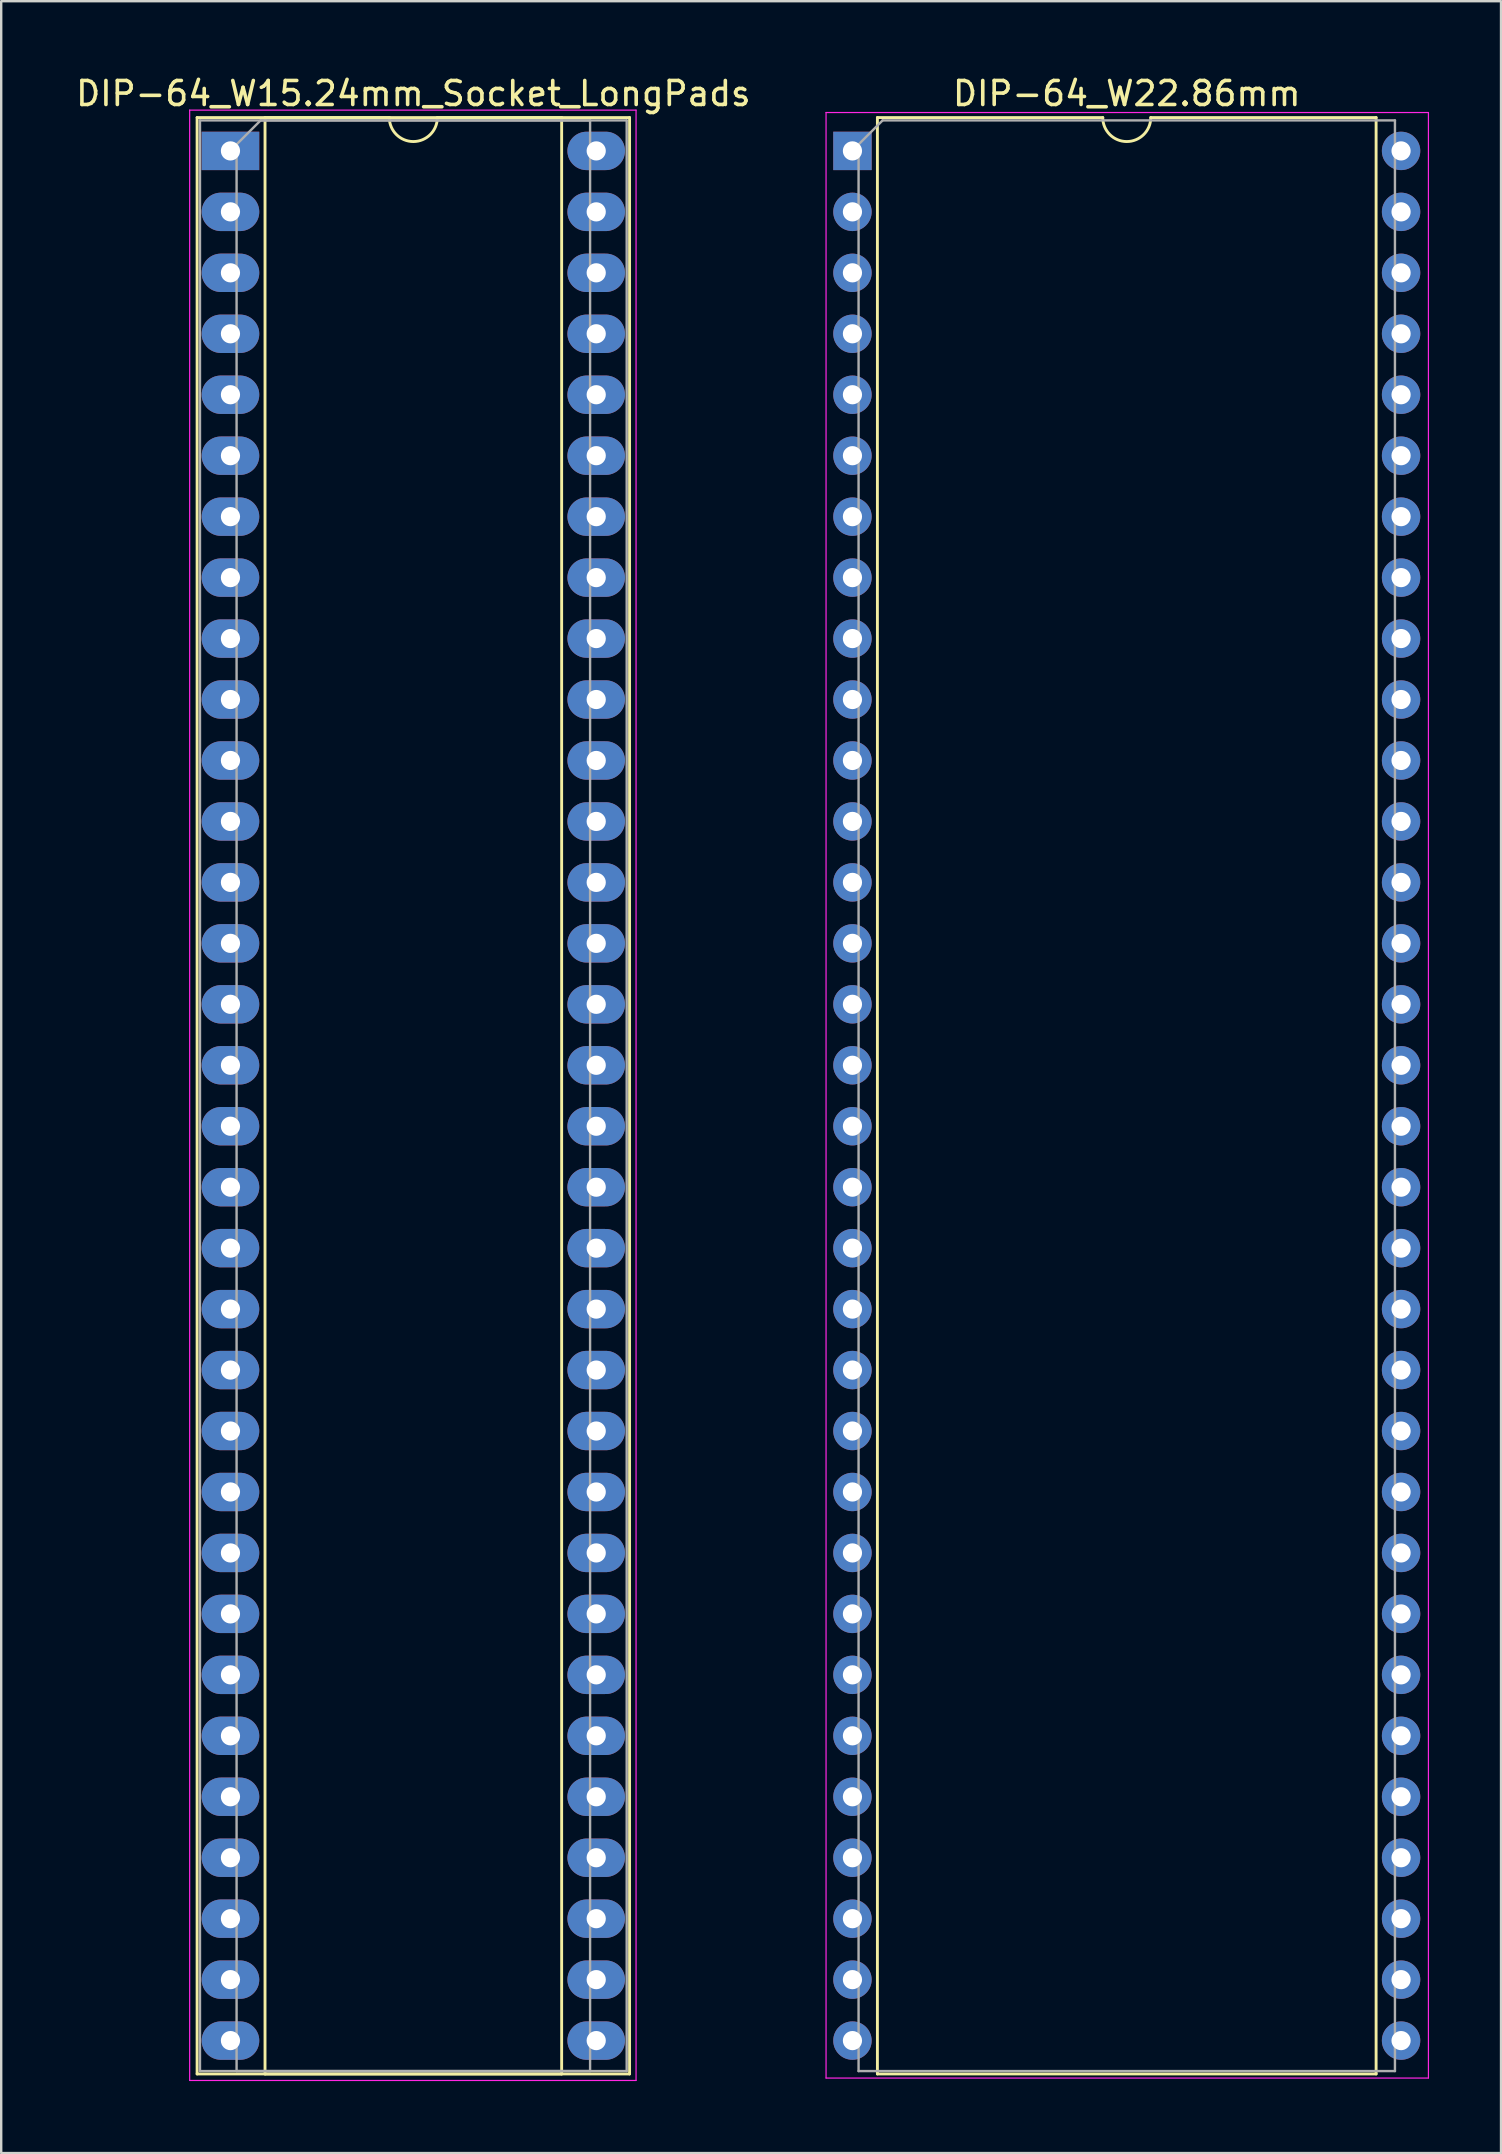
<source format=kicad_pcb>
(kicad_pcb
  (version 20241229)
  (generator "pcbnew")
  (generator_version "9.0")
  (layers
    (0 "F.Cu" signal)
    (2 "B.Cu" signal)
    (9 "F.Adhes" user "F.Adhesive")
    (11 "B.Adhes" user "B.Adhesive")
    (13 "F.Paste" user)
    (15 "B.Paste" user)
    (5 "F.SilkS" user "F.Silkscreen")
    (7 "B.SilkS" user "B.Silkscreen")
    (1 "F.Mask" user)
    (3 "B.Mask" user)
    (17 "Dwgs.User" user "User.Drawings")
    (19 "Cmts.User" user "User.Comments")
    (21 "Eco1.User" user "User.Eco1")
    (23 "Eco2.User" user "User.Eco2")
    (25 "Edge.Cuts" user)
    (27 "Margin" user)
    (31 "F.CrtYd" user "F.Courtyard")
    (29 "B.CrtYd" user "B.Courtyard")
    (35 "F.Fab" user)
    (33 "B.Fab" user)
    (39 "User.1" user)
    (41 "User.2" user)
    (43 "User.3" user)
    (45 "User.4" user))
  (footprint "DIP-64_W15.24mm_Socket_LongPads"
    (layer "F.Cu")
    (at 6.553 3.238)
    (property "Reference" "DIP-64_W15.24mm_Socket_LongPads" (at 7.62 -2.39 0) (layer "F.SilkS") (effects (font (size 1 1) (thickness 0.15))))
    (attr through_hole)
    (fp_line (start -1.39 -1.39) (end -1.39 80.13) (stroke (width 0.12) (type solid)) (layer "F.SilkS"))
    (fp_line (start -1.39 80.13) (end 16.63 80.13) (stroke (width 0.12) (type solid)) (layer "F.SilkS"))
    (fp_line (start 1.44 -1.39) (end 1.44 80.13) (stroke (width 0.12) (type solid)) (layer "F.SilkS"))
    (fp_line (start 1.44 80.13) (end 13.8 80.13) (stroke (width 0.12) (type solid)) (layer "F.SilkS"))
    (fp_line (start 6.62 -1.39) (end 1.44 -1.39) (stroke (width 0.12) (type solid)) (layer "F.SilkS"))
    (fp_line (start 13.8 -1.39) (end 8.62 -1.39) (stroke (width 0.12) (type solid)) (layer "F.SilkS"))
    (fp_line (start 13.8 80.13) (end 13.8 -1.39) (stroke (width 0.12) (type solid)) (layer "F.SilkS"))
    (fp_line (start 16.63 -1.39) (end -1.39 -1.39) (stroke (width 0.12) (type solid)) (layer "F.SilkS"))
    (fp_line (start 16.63 80.13) (end 16.63 -1.39) (stroke (width 0.12) (type solid)) (layer "F.SilkS"))
    (fp_arc (start 8.62 -1.39) (mid 7.62 -0.39) (end 6.62 -1.39) (stroke (width 0.12) (type solid)) (layer "F.SilkS"))
    (fp_line (start -1.7 -1.7) (end -1.7 80.4) (stroke (width 0.05) (type solid)) (layer "F.CrtYd"))
    (fp_line (start -1.7 80.4) (end 16.9 80.4) (stroke (width 0.05) (type solid)) (layer "F.CrtYd"))
    (fp_line (start 16.9 -1.7) (end -1.7 -1.7) (stroke (width 0.05) (type solid)) (layer "F.CrtYd"))
    (fp_line (start 16.9 80.4) (end 16.9 -1.7) (stroke (width 0.05) (type solid)) (layer "F.CrtYd"))
    (fp_line (start -1.27 -1.27) (end -1.27 80.01) (stroke (width 0.1) (type solid)) (layer "F.Fab"))
    (fp_line (start -1.27 80.01) (end 16.51 80.01) (stroke (width 0.1) (type solid)) (layer "F.Fab"))
    (fp_line (start 0.255 -0.27) (end 1.255 -1.27) (stroke (width 0.1) (type solid)) (layer "F.Fab"))
    (fp_line (start 0.255 80.01) (end 0.255 -0.27) (stroke (width 0.1) (type solid)) (layer "F.Fab"))
    (fp_line (start 1.255 -1.27) (end 14.985 -1.27) (stroke (width 0.1) (type solid)) (layer "F.Fab"))
    (fp_line (start 14.985 -1.27) (end 14.985 80.01) (stroke (width 0.1) (type solid)) (layer "F.Fab"))
    (fp_line (start 14.985 80.01) (end 0.255 80.01) (stroke (width 0.1) (type solid)) (layer "F.Fab"))
    (fp_line (start 16.51 -1.27) (end -1.27 -1.27) (stroke (width 0.1) (type solid)) (layer "F.Fab"))
    (fp_line (start 16.51 80.01) (end 16.51 -1.27) (stroke (width 0.1) (type solid)) (layer "F.Fab"))
    (pad "1" thru_hole rect (at 0 0) (size 2.4 1.6) (drill 0.8) (layers "*.Cu" "*.Mask"))
    (pad "2" thru_hole oval (at 0 2.54) (size 2.4 1.6) (drill 0.8) (layers "*.Cu" "*.Mask"))
    (pad "3" thru_hole oval (at 0 5.08) (size 2.4 1.6) (drill 0.8) (layers "*.Cu" "*.Mask"))
    (pad "4" thru_hole oval (at 0 7.62) (size 2.4 1.6) (drill 0.8) (layers "*.Cu" "*.Mask"))
    (pad "5" thru_hole oval (at 0 10.16) (size 2.4 1.6) (drill 0.8) (layers "*.Cu" "*.Mask"))
    (pad "6" thru_hole oval (at 0 12.7) (size 2.4 1.6) (drill 0.8) (layers "*.Cu" "*.Mask"))
    (pad "7" thru_hole oval (at 0 15.24) (size 2.4 1.6) (drill 0.8) (layers "*.Cu" "*.Mask"))
    (pad "8" thru_hole oval (at 0 17.78) (size 2.4 1.6) (drill 0.8) (layers "*.Cu" "*.Mask"))
    (pad "9" thru_hole oval (at 0 20.32) (size 2.4 1.6) (drill 0.8) (layers "*.Cu" "*.Mask"))
    (pad "10" thru_hole oval (at 0 22.86) (size 2.4 1.6) (drill 0.8) (layers "*.Cu" "*.Mask"))
    (pad "11" thru_hole oval (at 0 25.4) (size 2.4 1.6) (drill 0.8) (layers "*.Cu" "*.Mask"))
    (pad "12" thru_hole oval (at 0 27.94) (size 2.4 1.6) (drill 0.8) (layers "*.Cu" "*.Mask"))
    (pad "13" thru_hole oval (at 0 30.48) (size 2.4 1.6) (drill 0.8) (layers "*.Cu" "*.Mask"))
    (pad "14" thru_hole oval (at 0 33.02) (size 2.4 1.6) (drill 0.8) (layers "*.Cu" "*.Mask"))
    (pad "15" thru_hole oval (at 0 35.56) (size 2.4 1.6) (drill 0.8) (layers "*.Cu" "*.Mask"))
    (pad "16" thru_hole oval (at 0 38.1) (size 2.4 1.6) (drill 0.8) (layers "*.Cu" "*.Mask"))
    (pad "17" thru_hole oval (at 0 40.64) (size 2.4 1.6) (drill 0.8) (layers "*.Cu" "*.Mask"))
    (pad "18" thru_hole oval (at 0 43.18) (size 2.4 1.6) (drill 0.8) (layers "*.Cu" "*.Mask"))
    (pad "19" thru_hole oval (at 0 45.72) (size 2.4 1.6) (drill 0.8) (layers "*.Cu" "*.Mask"))
    (pad "20" thru_hole oval (at 0 48.26) (size 2.4 1.6) (drill 0.8) (layers "*.Cu" "*.Mask"))
    (pad "21" thru_hole oval (at 0 50.8) (size 2.4 1.6) (drill 0.8) (layers "*.Cu" "*.Mask"))
    (pad "22" thru_hole oval (at 0 53.34) (size 2.4 1.6) (drill 0.8) (layers "*.Cu" "*.Mask"))
    (pad "23" thru_hole oval (at 0 55.88) (size 2.4 1.6) (drill 0.8) (layers "*.Cu" "*.Mask"))
    (pad "24" thru_hole oval (at 0 58.42) (size 2.4 1.6) (drill 0.8) (layers "*.Cu" "*.Mask"))
    (pad "25" thru_hole oval (at 0 60.96) (size 2.4 1.6) (drill 0.8) (layers "*.Cu" "*.Mask"))
    (pad "26" thru_hole oval (at 0 63.5) (size 2.4 1.6) (drill 0.8) (layers "*.Cu" "*.Mask"))
    (pad "27" thru_hole oval (at 0 66.04) (size 2.4 1.6) (drill 0.8) (layers "*.Cu" "*.Mask"))
    (pad "28" thru_hole oval (at 0 68.58) (size 2.4 1.6) (drill 0.8) (layers "*.Cu" "*.Mask"))
    (pad "29" thru_hole oval (at 0 71.12) (size 2.4 1.6) (drill 0.8) (layers "*.Cu" "*.Mask"))
    (pad "30" thru_hole oval (at 0 73.66) (size 2.4 1.6) (drill 0.8) (layers "*.Cu" "*.Mask"))
    (pad "31" thru_hole oval (at 0 76.2) (size 2.4 1.6) (drill 0.8) (layers "*.Cu" "*.Mask"))
    (pad "32" thru_hole oval (at 0 78.74) (size 2.4 1.6) (drill 0.8) (layers "*.Cu" "*.Mask"))
    (pad "33" thru_hole oval (at 15.24 78.74) (size 2.4 1.6) (drill 0.8) (layers "*.Cu" "*.Mask"))
    (pad "34" thru_hole oval (at 15.24 76.2) (size 2.4 1.6) (drill 0.8) (layers "*.Cu" "*.Mask"))
    (pad "35" thru_hole oval (at 15.24 73.66) (size 2.4 1.6) (drill 0.8) (layers "*.Cu" "*.Mask"))
    (pad "36" thru_hole oval (at 15.24 71.12) (size 2.4 1.6) (drill 0.8) (layers "*.Cu" "*.Mask"))
    (pad "37" thru_hole oval (at 15.24 68.58) (size 2.4 1.6) (drill 0.8) (layers "*.Cu" "*.Mask"))
    (pad "38" thru_hole oval (at 15.24 66.04) (size 2.4 1.6) (drill 0.8) (layers "*.Cu" "*.Mask"))
    (pad "39" thru_hole oval (at 15.24 63.5) (size 2.4 1.6) (drill 0.8) (layers "*.Cu" "*.Mask"))
    (pad "40" thru_hole oval (at 15.24 60.96) (size 2.4 1.6) (drill 0.8) (layers "*.Cu" "*.Mask"))
    (pad "41" thru_hole oval (at 15.24 58.42) (size 2.4 1.6) (drill 0.8) (layers "*.Cu" "*.Mask"))
    (pad "42" thru_hole oval (at 15.24 55.88) (size 2.4 1.6) (drill 0.8) (layers "*.Cu" "*.Mask"))
    (pad "43" thru_hole oval (at 15.24 53.34) (size 2.4 1.6) (drill 0.8) (layers "*.Cu" "*.Mask"))
    (pad "44" thru_hole oval (at 15.24 50.8) (size 2.4 1.6) (drill 0.8) (layers "*.Cu" "*.Mask"))
    (pad "45" thru_hole oval (at 15.24 48.26) (size 2.4 1.6) (drill 0.8) (layers "*.Cu" "*.Mask"))
    (pad "46" thru_hole oval (at 15.24 45.72) (size 2.4 1.6) (drill 0.8) (layers "*.Cu" "*.Mask"))
    (pad "47" thru_hole oval (at 15.24 43.18) (size 2.4 1.6) (drill 0.8) (layers "*.Cu" "*.Mask"))
    (pad "48" thru_hole oval (at 15.24 40.64) (size 2.4 1.6) (drill 0.8) (layers "*.Cu" "*.Mask"))
    (pad "49" thru_hole oval (at 15.24 38.1) (size 2.4 1.6) (drill 0.8) (layers "*.Cu" "*.Mask"))
    (pad "50" thru_hole oval (at 15.24 35.56) (size 2.4 1.6) (drill 0.8) (layers "*.Cu" "*.Mask"))
    (pad "51" thru_hole oval (at 15.24 33.02) (size 2.4 1.6) (drill 0.8) (layers "*.Cu" "*.Mask"))
    (pad "52" thru_hole oval (at 15.24 30.48) (size 2.4 1.6) (drill 0.8) (layers "*.Cu" "*.Mask"))
    (pad "53" thru_hole oval (at 15.24 27.94) (size 2.4 1.6) (drill 0.8) (layers "*.Cu" "*.Mask"))
    (pad "54" thru_hole oval (at 15.24 25.4) (size 2.4 1.6) (drill 0.8) (layers "*.Cu" "*.Mask"))
    (pad "55" thru_hole oval (at 15.24 22.86) (size 2.4 1.6) (drill 0.8) (layers "*.Cu" "*.Mask"))
    (pad "56" thru_hole oval (at 15.24 20.32) (size 2.4 1.6) (drill 0.8) (layers "*.Cu" "*.Mask"))
    (pad "57" thru_hole oval (at 15.24 17.78) (size 2.4 1.6) (drill 0.8) (layers "*.Cu" "*.Mask"))
    (pad "58" thru_hole oval (at 15.24 15.24) (size 2.4 1.6) (drill 0.8) (layers "*.Cu" "*.Mask"))
    (pad "59" thru_hole oval (at 15.24 12.7) (size 2.4 1.6) (drill 0.8) (layers "*.Cu" "*.Mask"))
    (pad "60" thru_hole oval (at 15.24 10.16) (size 2.4 1.6) (drill 0.8) (layers "*.Cu" "*.Mask"))
    (pad "61" thru_hole oval (at 15.24 7.62) (size 2.4 1.6) (drill 0.8) (layers "*.Cu" "*.Mask"))
    (pad "62" thru_hole oval (at 15.24 5.08) (size 2.4 1.6) (drill 0.8) (layers "*.Cu" "*.Mask"))
    (pad "63" thru_hole oval (at 15.24 2.54) (size 2.4 1.6) (drill 0.8) (layers "*.Cu" "*.Mask"))
    (pad "64" thru_hole oval (at 15.24 0) (size 2.4 1.6) (drill 0.8) (layers "*.Cu" "*.Mask")))
  (footprint "DIP-64_W22.86mm"
    (layer "F.Cu")
    (at 32.47 3.238)
    (property "Reference" "DIP-64_W22.86mm" (at 11.43 -2.39 0) (layer "F.SilkS") (effects (font (size 1 1) (thickness 0.15))))
    (attr through_hole)
    (fp_line (start 1.04 -1.39) (end 1.04 80.13) (stroke (width 0.12) (type solid)) (layer "F.SilkS"))
    (fp_line (start 1.04 80.13) (end 21.82 80.13) (stroke (width 0.12) (type solid)) (layer "F.SilkS"))
    (fp_line (start 10.43 -1.39) (end 1.04 -1.39) (stroke (width 0.12) (type solid)) (layer "F.SilkS"))
    (fp_line (start 21.82 -1.39) (end 12.43 -1.39) (stroke (width 0.12) (type solid)) (layer "F.SilkS"))
    (fp_line (start 21.82 80.13) (end 21.82 -1.39) (stroke (width 0.12) (type solid)) (layer "F.SilkS"))
    (fp_arc (start 12.43 -1.39) (mid 11.43 -0.39) (end 10.43 -1.39) (stroke (width 0.12) (type solid)) (layer "F.SilkS"))
    (fp_line (start -1.1 -1.6) (end -1.1 80.3) (stroke (width 0.05) (type solid)) (layer "F.CrtYd"))
    (fp_line (start -1.1 80.3) (end 24 80.3) (stroke (width 0.05) (type solid)) (layer "F.CrtYd"))
    (fp_line (start 24 -1.6) (end -1.1 -1.6) (stroke (width 0.05) (type solid)) (layer "F.CrtYd"))
    (fp_line (start 24 80.3) (end 24 -1.6) (stroke (width 0.05) (type solid)) (layer "F.CrtYd"))
    (fp_line (start 0.255 -0.27) (end 1.255 -1.27) (stroke (width 0.1) (type solid)) (layer "F.Fab"))
    (fp_line (start 0.255 80.01) (end 0.255 -0.27) (stroke (width 0.1) (type solid)) (layer "F.Fab"))
    (fp_line (start 1.255 -1.27) (end 22.605 -1.27) (stroke (width 0.1) (type solid)) (layer "F.Fab"))
    (fp_line (start 22.605 -1.27) (end 22.605 80.01) (stroke (width 0.1) (type solid)) (layer "F.Fab"))
    (fp_line (start 22.605 80.01) (end 0.255 80.01) (stroke (width 0.1) (type solid)) (layer "F.Fab"))
    (pad "1" thru_hole rect (at 0 0) (size 1.6 1.6) (drill 0.8) (layers "*.Cu" "*.Mask"))
    (pad "2" thru_hole oval (at 0 2.54) (size 1.6 1.6) (drill 0.8) (layers "*.Cu" "*.Mask"))
    (pad "3" thru_hole oval (at 0 5.08) (size 1.6 1.6) (drill 0.8) (layers "*.Cu" "*.Mask"))
    (pad "4" thru_hole oval (at 0 7.62) (size 1.6 1.6) (drill 0.8) (layers "*.Cu" "*.Mask"))
    (pad "5" thru_hole oval (at 0 10.16) (size 1.6 1.6) (drill 0.8) (layers "*.Cu" "*.Mask"))
    (pad "6" thru_hole oval (at 0 12.7) (size 1.6 1.6) (drill 0.8) (layers "*.Cu" "*.Mask"))
    (pad "7" thru_hole oval (at 0 15.24) (size 1.6 1.6) (drill 0.8) (layers "*.Cu" "*.Mask"))
    (pad "8" thru_hole oval (at 0 17.78) (size 1.6 1.6) (drill 0.8) (layers "*.Cu" "*.Mask"))
    (pad "9" thru_hole oval (at 0 20.32) (size 1.6 1.6) (drill 0.8) (layers "*.Cu" "*.Mask"))
    (pad "10" thru_hole oval (at 0 22.86) (size 1.6 1.6) (drill 0.8) (layers "*.Cu" "*.Mask"))
    (pad "11" thru_hole oval (at 0 25.4) (size 1.6 1.6) (drill 0.8) (layers "*.Cu" "*.Mask"))
    (pad "12" thru_hole oval (at 0 27.94) (size 1.6 1.6) (drill 0.8) (layers "*.Cu" "*.Mask"))
    (pad "13" thru_hole oval (at 0 30.48) (size 1.6 1.6) (drill 0.8) (layers "*.Cu" "*.Mask"))
    (pad "14" thru_hole oval (at 0 33.02) (size 1.6 1.6) (drill 0.8) (layers "*.Cu" "*.Mask"))
    (pad "15" thru_hole oval (at 0 35.56) (size 1.6 1.6) (drill 0.8) (layers "*.Cu" "*.Mask"))
    (pad "16" thru_hole oval (at 0 38.1) (size 1.6 1.6) (drill 0.8) (layers "*.Cu" "*.Mask"))
    (pad "17" thru_hole oval (at 0 40.64) (size 1.6 1.6) (drill 0.8) (layers "*.Cu" "*.Mask"))
    (pad "18" thru_hole oval (at 0 43.18) (size 1.6 1.6) (drill 0.8) (layers "*.Cu" "*.Mask"))
    (pad "19" thru_hole oval (at 0 45.72) (size 1.6 1.6) (drill 0.8) (layers "*.Cu" "*.Mask"))
    (pad "20" thru_hole oval (at 0 48.26) (size 1.6 1.6) (drill 0.8) (layers "*.Cu" "*.Mask"))
    (pad "21" thru_hole oval (at 0 50.8) (size 1.6 1.6) (drill 0.8) (layers "*.Cu" "*.Mask"))
    (pad "22" thru_hole oval (at 0 53.34) (size 1.6 1.6) (drill 0.8) (layers "*.Cu" "*.Mask"))
    (pad "23" thru_hole oval (at 0 55.88) (size 1.6 1.6) (drill 0.8) (layers "*.Cu" "*.Mask"))
    (pad "24" thru_hole oval (at 0 58.42) (size 1.6 1.6) (drill 0.8) (layers "*.Cu" "*.Mask"))
    (pad "25" thru_hole oval (at 0 60.96) (size 1.6 1.6) (drill 0.8) (layers "*.Cu" "*.Mask"))
    (pad "26" thru_hole oval (at 0 63.5) (size 1.6 1.6) (drill 0.8) (layers "*.Cu" "*.Mask"))
    (pad "27" thru_hole oval (at 0 66.04) (size 1.6 1.6) (drill 0.8) (layers "*.Cu" "*.Mask"))
    (pad "28" thru_hole oval (at 0 68.58) (size 1.6 1.6) (drill 0.8) (layers "*.Cu" "*.Mask"))
    (pad "29" thru_hole oval (at 0 71.12) (size 1.6 1.6) (drill 0.8) (layers "*.Cu" "*.Mask"))
    (pad "30" thru_hole oval (at 0 73.66) (size 1.6 1.6) (drill 0.8) (layers "*.Cu" "*.Mask"))
    (pad "31" thru_hole oval (at 0 76.2) (size 1.6 1.6) (drill 0.8) (layers "*.Cu" "*.Mask"))
    (pad "32" thru_hole oval (at 0 78.74) (size 1.6 1.6) (drill 0.8) (layers "*.Cu" "*.Mask"))
    (pad "33" thru_hole oval (at 22.86 78.74) (size 1.6 1.6) (drill 0.8) (layers "*.Cu" "*.Mask"))
    (pad "34" thru_hole oval (at 22.86 76.2) (size 1.6 1.6) (drill 0.8) (layers "*.Cu" "*.Mask"))
    (pad "35" thru_hole oval (at 22.86 73.66) (size 1.6 1.6) (drill 0.8) (layers "*.Cu" "*.Mask"))
    (pad "36" thru_hole oval (at 22.86 71.12) (size 1.6 1.6) (drill 0.8) (layers "*.Cu" "*.Mask"))
    (pad "37" thru_hole oval (at 22.86 68.58) (size 1.6 1.6) (drill 0.8) (layers "*.Cu" "*.Mask"))
    (pad "38" thru_hole oval (at 22.86 66.04) (size 1.6 1.6) (drill 0.8) (layers "*.Cu" "*.Mask"))
    (pad "39" thru_hole oval (at 22.86 63.5) (size 1.6 1.6) (drill 0.8) (layers "*.Cu" "*.Mask"))
    (pad "40" thru_hole oval (at 22.86 60.96) (size 1.6 1.6) (drill 0.8) (layers "*.Cu" "*.Mask"))
    (pad "41" thru_hole oval (at 22.86 58.42) (size 1.6 1.6) (drill 0.8) (layers "*.Cu" "*.Mask"))
    (pad "42" thru_hole oval (at 22.86 55.88) (size 1.6 1.6) (drill 0.8) (layers "*.Cu" "*.Mask"))
    (pad "43" thru_hole oval (at 22.86 53.34) (size 1.6 1.6) (drill 0.8) (layers "*.Cu" "*.Mask"))
    (pad "44" thru_hole oval (at 22.86 50.8) (size 1.6 1.6) (drill 0.8) (layers "*.Cu" "*.Mask"))
    (pad "45" thru_hole oval (at 22.86 48.26) (size 1.6 1.6) (drill 0.8) (layers "*.Cu" "*.Mask"))
    (pad "46" thru_hole oval (at 22.86 45.72) (size 1.6 1.6) (drill 0.8) (layers "*.Cu" "*.Mask"))
    (pad "47" thru_hole oval (at 22.86 43.18) (size 1.6 1.6) (drill 0.8) (layers "*.Cu" "*.Mask"))
    (pad "48" thru_hole oval (at 22.86 40.64) (size 1.6 1.6) (drill 0.8) (layers "*.Cu" "*.Mask"))
    (pad "49" thru_hole oval (at 22.86 38.1) (size 1.6 1.6) (drill 0.8) (layers "*.Cu" "*.Mask"))
    (pad "50" thru_hole oval (at 22.86 35.56) (size 1.6 1.6) (drill 0.8) (layers "*.Cu" "*.Mask"))
    (pad "51" thru_hole oval (at 22.86 33.02) (size 1.6 1.6) (drill 0.8) (layers "*.Cu" "*.Mask"))
    (pad "52" thru_hole oval (at 22.86 30.48) (size 1.6 1.6) (drill 0.8) (layers "*.Cu" "*.Mask"))
    (pad "53" thru_hole oval (at 22.86 27.94) (size 1.6 1.6) (drill 0.8) (layers "*.Cu" "*.Mask"))
    (pad "54" thru_hole oval (at 22.86 25.4) (size 1.6 1.6) (drill 0.8) (layers "*.Cu" "*.Mask"))
    (pad "55" thru_hole oval (at 22.86 22.86) (size 1.6 1.6) (drill 0.8) (layers "*.Cu" "*.Mask"))
    (pad "56" thru_hole oval (at 22.86 20.32) (size 1.6 1.6) (drill 0.8) (layers "*.Cu" "*.Mask"))
    (pad "57" thru_hole oval (at 22.86 17.78) (size 1.6 1.6) (drill 0.8) (layers "*.Cu" "*.Mask"))
    (pad "58" thru_hole oval (at 22.86 15.24) (size 1.6 1.6) (drill 0.8) (layers "*.Cu" "*.Mask"))
    (pad "59" thru_hole oval (at 22.86 12.7) (size 1.6 1.6) (drill 0.8) (layers "*.Cu" "*.Mask"))
    (pad "60" thru_hole oval (at 22.86 10.16) (size 1.6 1.6) (drill 0.8) (layers "*.Cu" "*.Mask"))
    (pad "61" thru_hole oval (at 22.86 7.62) (size 1.6 1.6) (drill 0.8) (layers "*.Cu" "*.Mask"))
    (pad "62" thru_hole oval (at 22.86 5.08) (size 1.6 1.6) (drill 0.8) (layers "*.Cu" "*.Mask"))
    (pad "63" thru_hole oval (at 22.86 2.54) (size 1.6 1.6) (drill 0.8) (layers "*.Cu" "*.Mask"))
    (pad "64" thru_hole oval (at 22.86 0) (size 1.6 1.6) (drill 0.8) (layers "*.Cu" "*.Mask")))
  (gr_rect
    (start -3 -3)
    (end 59.495 86.663)
    (stroke (width 0.1) (type default))
    (fill no)
    (layer "Edge.Cuts")))
</source>
